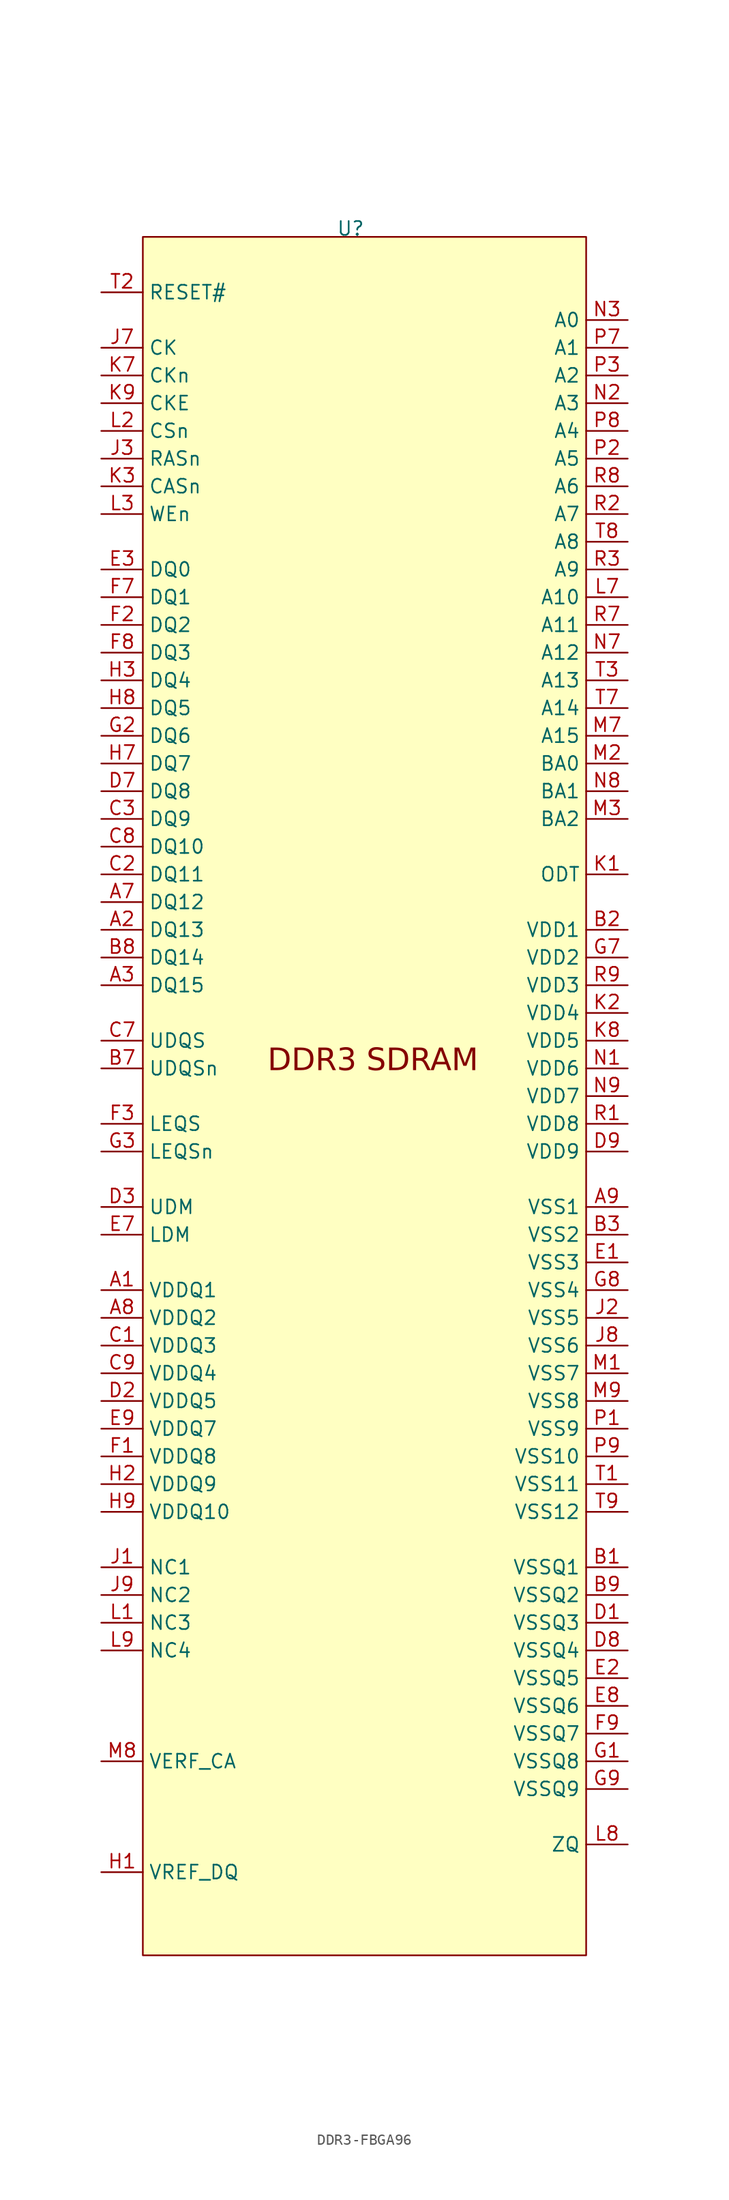
<source format=kicad_sym>
(kicad_symbol_lib
  (version 20241209)
  (generator "kicad_symbol_editor")
  (generator_version "9.0")
  (symbol "DDR3-FBGA96"
    (property "Reference" "U"
      (at 0 76.962 0)
      (effects (font (size 1.27 1.27))))
    (property "Value" ""
      (at 0 0 0)
      (effects (font (size 1.27 1.27))))
    (symbol "DDR3-FBGA96_1_0"
      (rectangle (start -19.05 76.2) (end 21.59 -81.28) (stroke (width 0) (type default)) (fill (type background)))
      (text "DDR3 SDRAM" (at -7.62 -0.508 0) (effects (font (face "Verdana") (size 2.032 2.032)) (justify left bottom)))
      (pin input line (at -22.86 71.12 0) (length 3.81) (name "RESET#" (effects (font (size 1.27 1.27)))) (number "T2" (effects (font (size 1.27 1.27)))))
      (pin input line (at -22.86 66.04 0) (length 3.81) (name "CK" (effects (font (size 1.27 1.27)))) (number "J7" (effects (font (size 1.27 1.27)))))
      (pin input line (at -22.86 63.5 0) (length 3.81) (name "CKn" (effects (font (size 1.27 1.27)))) (number "K7" (effects (font (size 1.27 1.27)))))
      (pin input line (at -22.86 60.96 0) (length 3.81) (name "CKE" (effects (font (size 1.27 1.27)))) (number "K9" (effects (font (size 1.27 1.27)))))
      (pin input line (at -22.86 58.42 0) (length 3.81) (name "CSn" (effects (font (size 1.27 1.27)))) (number "L2" (effects (font (size 1.27 1.27)))))
      (pin input line (at -22.86 55.88 0) (length 3.81) (name "RASn" (effects (font (size 1.27 1.27)))) (number "J3" (effects (font (size 1.27 1.27)))))
      (pin input line (at -22.86 53.34 0) (length 3.81) (name "CASn" (effects (font (size 1.27 1.27)))) (number "K3" (effects (font (size 1.27 1.27)))))
      (pin input line (at -22.86 50.8 0) (length 3.81) (name "WEn" (effects (font (size 1.27 1.27)))) (number "L3" (effects (font (size 1.27 1.27)))))
      (pin input line (at -22.86 45.72 0) (length 3.81) (name "DQ0" (effects (font (size 1.27 1.27)))) (number "E3" (effects (font (size 1.27 1.27)))))
      (pin input line (at -22.86 43.18 0) (length 3.81) (name "DQ1" (effects (font (size 1.27 1.27)))) (number "F7" (effects (font (size 1.27 1.27)))))
      (pin input line (at -22.86 40.64 0) (length 3.81) (name "DQ2" (effects (font (size 1.27 1.27)))) (number "F2" (effects (font (size 1.27 1.27)))))
      (pin input line (at -22.86 38.1 0) (length 3.81) (name "DQ3" (effects (font (size 1.27 1.27)))) (number "F8" (effects (font (size 1.27 1.27)))))
      (pin input line (at -22.86 35.56 0) (length 3.81) (name "DQ4" (effects (font (size 1.27 1.27)))) (number "H3" (effects (font (size 1.27 1.27)))))
      (pin input line (at -22.86 33.02 0) (length 3.81) (name "DQ5" (effects (font (size 1.27 1.27)))) (number "H8" (effects (font (size 1.27 1.27)))))
      (pin input line (at -22.86 30.48 0) (length 3.81) (name "DQ6" (effects (font (size 1.27 1.27)))) (number "G2" (effects (font (size 1.27 1.27)))))
      (pin input line (at -22.86 27.94 0) (length 3.81) (name "DQ7" (effects (font (size 1.27 1.27)))) (number "H7" (effects (font (size 1.27 1.27)))))
      (pin input line (at -22.86 25.4 0) (length 3.81) (name "DQ8" (effects (font (size 1.27 1.27)))) (number "D7" (effects (font (size 1.27 1.27)))))
      (pin input line (at -22.86 22.86 0) (length 3.81) (name "DQ9" (effects (font (size 1.27 1.27)))) (number "C3" (effects (font (size 1.27 1.27)))))
      (pin input line (at -22.86 20.32 0) (length 3.81) (name "DQ10" (effects (font (size 1.27 1.27)))) (number "C8" (effects (font (size 1.27 1.27)))))
      (pin input line (at -22.86 17.78 0) (length 3.81) (name "DQ11" (effects (font (size 1.27 1.27)))) (number "C2" (effects (font (size 1.27 1.27)))))
      (pin input line (at -22.86 15.24 0) (length 3.81) (name "DQ12" (effects (font (size 1.27 1.27)))) (number "A7" (effects (font (size 1.27 1.27)))))
      (pin input line (at -22.86 12.7 0) (length 3.81) (name "DQ13" (effects (font (size 1.27 1.27)))) (number "A2" (effects (font (size 1.27 1.27)))))
      (pin input line (at -22.86 10.16 0) (length 3.81) (name "DQ14" (effects (font (size 1.27 1.27)))) (number "B8" (effects (font (size 1.27 1.27)))))
      (pin input line (at -22.86 7.62 0) (length 3.81) (name "DQ15" (effects (font (size 1.27 1.27)))) (number "A3" (effects (font (size 1.27 1.27)))))
      (pin input line (at -22.86 2.54 0) (length 3.81) (name "UDQS" (effects (font (size 1.27 1.27)))) (number "C7" (effects (font (size 1.27 1.27)))))
      (pin input line (at -22.86 0 0) (length 3.81) (name "UDQSn" (effects (font (size 1.27 1.27)))) (number "B7" (effects (font (size 1.27 1.27)))))
      (pin input line (at -22.86 -5.08 0) (length 3.81) (name "LEQS" (effects (font (size 1.27 1.27)))) (number "F3" (effects (font (size 1.27 1.27)))))
      (pin input line (at -22.86 -7.62 0) (length 3.81) (name "LEQSn" (effects (font (size 1.27 1.27)))) (number "G3" (effects (font (size 1.27 1.27)))))
      (pin input line (at -22.86 -12.7 0) (length 3.81) (name "UDM" (effects (font (size 1.27 1.27)))) (number "D3" (effects (font (size 1.27 1.27)))))
      (pin input line (at -22.86 -15.24 0) (length 3.81) (name "LDM" (effects (font (size 1.27 1.27)))) (number "E7" (effects (font (size 1.27 1.27)))))
      (pin input line (at -22.86 -20.32 0) (length 3.81) (name "VDDQ1" (effects (font (size 1.27 1.27)))) (number "A1" (effects (font (size 1.27 1.27)))))
      (pin input line (at -22.86 -22.86 0) (length 3.81) (name "VDDQ2" (effects (font (size 1.27 1.27)))) (number "A8" (effects (font (size 1.27 1.27)))))
      (pin input line (at -22.86 -25.4 0) (length 3.81) (name "VDDQ3" (effects (font (size 1.27 1.27)))) (number "C1" (effects (font (size 1.27 1.27)))))
      (pin input line (at -22.86 -27.94 0) (length 3.81) (name "VDDQ4" (effects (font (size 1.27 1.27)))) (number "C9" (effects (font (size 1.27 1.27)))))
      (pin input line (at -22.86 -30.48 0) (length 3.81) (name "VDDQ5" (effects (font (size 1.27 1.27)))) (number "D2" (effects (font (size 1.27 1.27)))))
      (pin input line (at -22.86 -33.02 0) (length 3.81) (name "VDDQ7" (effects (font (size 1.27 1.27)))) (number "E9" (effects (font (size 1.27 1.27)))))
      (pin input line (at -22.86 -35.56 0) (length 3.81) (name "VDDQ8" (effects (font (size 1.27 1.27)))) (number "F1" (effects (font (size 1.27 1.27)))))
      (pin input line (at -22.86 -38.1 0) (length 3.81) (name "VDDQ9" (effects (font (size 1.27 1.27)))) (number "H2" (effects (font (size 1.27 1.27)))))
      (pin input line (at -22.86 -40.64 0) (length 3.81) (name "VDDQ10" (effects (font (size 1.27 1.27)))) (number "H9" (effects (font (size 1.27 1.27)))))
      (pin input line (at -22.86 -45.72 0) (length 3.81) (name "NC1" (effects (font (size 1.27 1.27)))) (number "J1" (effects (font (size 1.27 1.27)))))
      (pin input line (at -22.86 -48.26 0) (length 3.81) (name "NC2" (effects (font (size 1.27 1.27)))) (number "J9" (effects (font (size 1.27 1.27)))))
      (pin input line (at -22.86 -50.8 0) (length 3.81) (name "NC3" (effects (font (size 1.27 1.27)))) (number "L1" (effects (font (size 1.27 1.27)))))
      (pin input line (at -22.86 -53.34 0) (length 3.81) (name "NC4" (effects (font (size 1.27 1.27)))) (number "L9" (effects (font (size 1.27 1.27)))))
      (pin input line (at -22.86 -63.5 0) (length 3.81) (name "VERF_CA" (effects (font (size 1.27 1.27)))) (number "M8" (effects (font (size 1.27 1.27)))))
      (pin input line (at -22.86 -73.66 0) (length 3.81) (name "VREF_DQ" (effects (font (size 1.27 1.27)))) (number "H1" (effects (font (size 1.27 1.27)))))
      (pin input line (at 25.4 68.58 180) (length 3.81) (name "A0" (effects (font (size 1.27 1.27)))) (number "N3" (effects (font (size 1.27 1.27)))))
      (pin input line (at 25.4 66.04 180) (length 3.81) (name "A1" (effects (font (size 1.27 1.27)))) (number "P7" (effects (font (size 1.27 1.27)))))
      (pin input line (at 25.4 63.5 180) (length 3.81) (name "A2" (effects (font (size 1.27 1.27)))) (number "P3" (effects (font (size 1.27 1.27)))))
      (pin input line (at 25.4 60.96 180) (length 3.81) (name "A3" (effects (font (size 1.27 1.27)))) (number "N2" (effects (font (size 1.27 1.27)))))
      (pin input line (at 25.4 58.42 180) (length 3.81) (name "A4" (effects (font (size 1.27 1.27)))) (number "P8" (effects (font (size 1.27 1.27)))))
      (pin input line (at 25.4 55.88 180) (length 3.81) (name "A5" (effects (font (size 1.27 1.27)))) (number "P2" (effects (font (size 1.27 1.27)))))
      (pin input line (at 25.4 53.34 180) (length 3.81) (name "A6" (effects (font (size 1.27 1.27)))) (number "R8" (effects (font (size 1.27 1.27)))))
      (pin input line (at 25.4 50.8 180) (length 3.81) (name "A7" (effects (font (size 1.27 1.27)))) (number "R2" (effects (font (size 1.27 1.27)))))
      (pin input line (at 25.4 48.26 180) (length 3.81) (name "A8" (effects (font (size 1.27 1.27)))) (number "T8" (effects (font (size 1.27 1.27)))))
      (pin input line (at 25.4 45.72 180) (length 3.81) (name "A9" (effects (font (size 1.27 1.27)))) (number "R3" (effects (font (size 1.27 1.27)))))
      (pin input line (at 25.4 43.18 180) (length 3.81) (name "A10" (effects (font (size 1.27 1.27)))) (number "L7" (effects (font (size 1.27 1.27)))))
      (pin input line (at 25.4 40.64 180) (length 3.81) (name "A11" (effects (font (size 1.27 1.27)))) (number "R7" (effects (font (size 1.27 1.27)))))
      (pin input line (at 25.4 38.1 180) (length 3.81) (name "A12" (effects (font (size 1.27 1.27)))) (number "N7" (effects (font (size 1.27 1.27)))))
      (pin input line (at 25.4 35.56 180) (length 3.81) (name "A13" (effects (font (size 1.27 1.27)))) (number "T3" (effects (font (size 1.27 1.27)))))
      (pin input line (at 25.4 33.02 180) (length 3.81) (name "A14" (effects (font (size 1.27 1.27)))) (number "T7" (effects (font (size 1.27 1.27)))))
      (pin input line (at 25.4 30.48 180) (length 3.81) (name "A15" (effects (font (size 1.27 1.27)))) (number "M7" (effects (font (size 1.27 1.27)))))
      (pin input line (at 25.4 27.94 180) (length 3.81) (name "BA0" (effects (font (size 1.27 1.27)))) (number "M2" (effects (font (size 1.27 1.27)))))
      (pin input line (at 25.4 25.4 180) (length 3.81) (name "BA1" (effects (font (size 1.27 1.27)))) (number "N8" (effects (font (size 1.27 1.27)))))
      (pin input line (at 25.4 22.86 180) (length 3.81) (name "BA2" (effects (font (size 1.27 1.27)))) (number "M3" (effects (font (size 1.27 1.27)))))
      (pin input line (at 25.4 17.78 180) (length 3.81) (name "ODT" (effects (font (size 1.27 1.27)))) (number "K1" (effects (font (size 1.27 1.27)))))
      (pin input line (at 25.4 12.7 180) (length 3.81) (name "VDD1" (effects (font (size 1.27 1.27)))) (number "B2" (effects (font (size 1.27 1.27)))))
      (pin input line (at 25.4 10.16 180) (length 3.81) (name "VDD2" (effects (font (size 1.27 1.27)))) (number "G7" (effects (font (size 1.27 1.27)))))
      (pin input line (at 25.4 7.62 180) (length 3.81) (name "VDD3" (effects (font (size 1.27 1.27)))) (number "R9" (effects (font (size 1.27 1.27)))))
      (pin input line (at 25.4 5.08 180) (length 3.81) (name "VDD4" (effects (font (size 1.27 1.27)))) (number "K2" (effects (font (size 1.27 1.27)))))
      (pin input line (at 25.4 2.54 180) (length 3.81) (name "VDD5" (effects (font (size 1.27 1.27)))) (number "K8" (effects (font (size 1.27 1.27)))))
      (pin input line (at 25.4 0 180) (length 3.81) (name "VDD6" (effects (font (size 1.27 1.27)))) (number "N1" (effects (font (size 1.27 1.27)))))
      (pin input line (at 25.4 -2.54 180) (length 3.81) (name "VDD7" (effects (font (size 1.27 1.27)))) (number "N9" (effects (font (size 1.27 1.27)))))
      (pin input line (at 25.4 -5.08 180) (length 3.81) (name "VDD8" (effects (font (size 1.27 1.27)))) (number "R1" (effects (font (size 1.27 1.27)))))
      (pin input line (at 25.4 -7.62 180) (length 3.81) (name "VDD9" (effects (font (size 1.27 1.27)))) (number "D9" (effects (font (size 1.27 1.27)))))
      (pin input line (at 25.4 -12.7 180) (length 3.81) (name "VSS1" (effects (font (size 1.27 1.27)))) (number "A9" (effects (font (size 1.27 1.27)))))
      (pin input line (at 25.4 -15.24 180) (length 3.81) (name "VSS2" (effects (font (size 1.27 1.27)))) (number "B3" (effects (font (size 1.27 1.27)))))
      (pin input line (at 25.4 -17.78 180) (length 3.81) (name "VSS3" (effects (font (size 1.27 1.27)))) (number "E1" (effects (font (size 1.27 1.27)))))
      (pin input line (at 25.4 -20.32 180) (length 3.81) (name "VSS4" (effects (font (size 1.27 1.27)))) (number "G8" (effects (font (size 1.27 1.27)))))
      (pin input line (at 25.4 -22.86 180) (length 3.81) (name "VSS5" (effects (font (size 1.27 1.27)))) (number "J2" (effects (font (size 1.27 1.27)))))
      (pin input line (at 25.4 -25.4 180) (length 3.81) (name "VSS6" (effects (font (size 1.27 1.27)))) (number "J8" (effects (font (size 1.27 1.27)))))
      (pin input line (at 25.4 -27.94 180) (length 3.81) (name "VSS7" (effects (font (size 1.27 1.27)))) (number "M1" (effects (font (size 1.27 1.27)))))
      (pin input line (at 25.4 -30.48 180) (length 3.81) (name "VSS8" (effects (font (size 1.27 1.27)))) (number "M9" (effects (font (size 1.27 1.27)))))
      (pin input line (at 25.4 -33.02 180) (length 3.81) (name "VSS9" (effects (font (size 1.27 1.27)))) (number "P1" (effects (font (size 1.27 1.27)))))
      (pin input line (at 25.4 -35.56 180) (length 3.81) (name "VSS10" (effects (font (size 1.27 1.27)))) (number "P9" (effects (font (size 1.27 1.27)))))
      (pin input line (at 25.4 -38.1 180) (length 3.81) (name "VSS11" (effects (font (size 1.27 1.27)))) (number "T1" (effects (font (size 1.27 1.27)))))
      (pin input line (at 25.4 -40.64 180) (length 3.81) (name "VSS12" (effects (font (size 1.27 1.27)))) (number "T9" (effects (font (size 1.27 1.27)))))
      (pin input line (at 25.4 -45.72 180) (length 3.81) (name "VSSQ1" (effects (font (size 1.27 1.27)))) (number "B1" (effects (font (size 1.27 1.27)))))
      (pin input line (at 25.4 -48.26 180) (length 3.81) (name "VSSQ2" (effects (font (size 1.27 1.27)))) (number "B9" (effects (font (size 1.27 1.27)))))
      (pin input line (at 25.4 -50.8 180) (length 3.81) (name "VSSQ3" (effects (font (size 1.27 1.27)))) (number "D1" (effects (font (size 1.27 1.27)))))
      (pin input line (at 25.4 -53.34 180) (length 3.81) (name "VSSQ4" (effects (font (size 1.27 1.27)))) (number "D8" (effects (font (size 1.27 1.27)))))
      (pin input line (at 25.4 -55.88 180) (length 3.81) (name "VSSQ5" (effects (font (size 1.27 1.27)))) (number "E2" (effects (font (size 1.27 1.27)))))
      (pin input line (at 25.4 -58.42 180) (length 3.81) (name "VSSQ6" (effects (font (size 1.27 1.27)))) (number "E8" (effects (font (size 1.27 1.27)))))
      (pin input line (at 25.4 -60.96 180) (length 3.81) (name "VSSQ7" (effects (font (size 1.27 1.27)))) (number "F9" (effects (font (size 1.27 1.27)))))
      (pin input line (at 25.4 -63.5 180) (length 3.81) (name "VSSQ8" (effects (font (size 1.27 1.27)))) (number "G1" (effects (font (size 1.27 1.27)))))
      (pin input line (at 25.4 -66.04 180) (length 3.81) (name "VSSQ9" (effects (font (size 1.27 1.27)))) (number "G9" (effects (font (size 1.27 1.27)))))
      (pin input line (at 25.4 -71.12 180) (length 3.81) (name "ZQ" (effects (font (size 1.27 1.27)))) (number "L8" (effects (font (size 1.27 1.27))))))))
</source>
